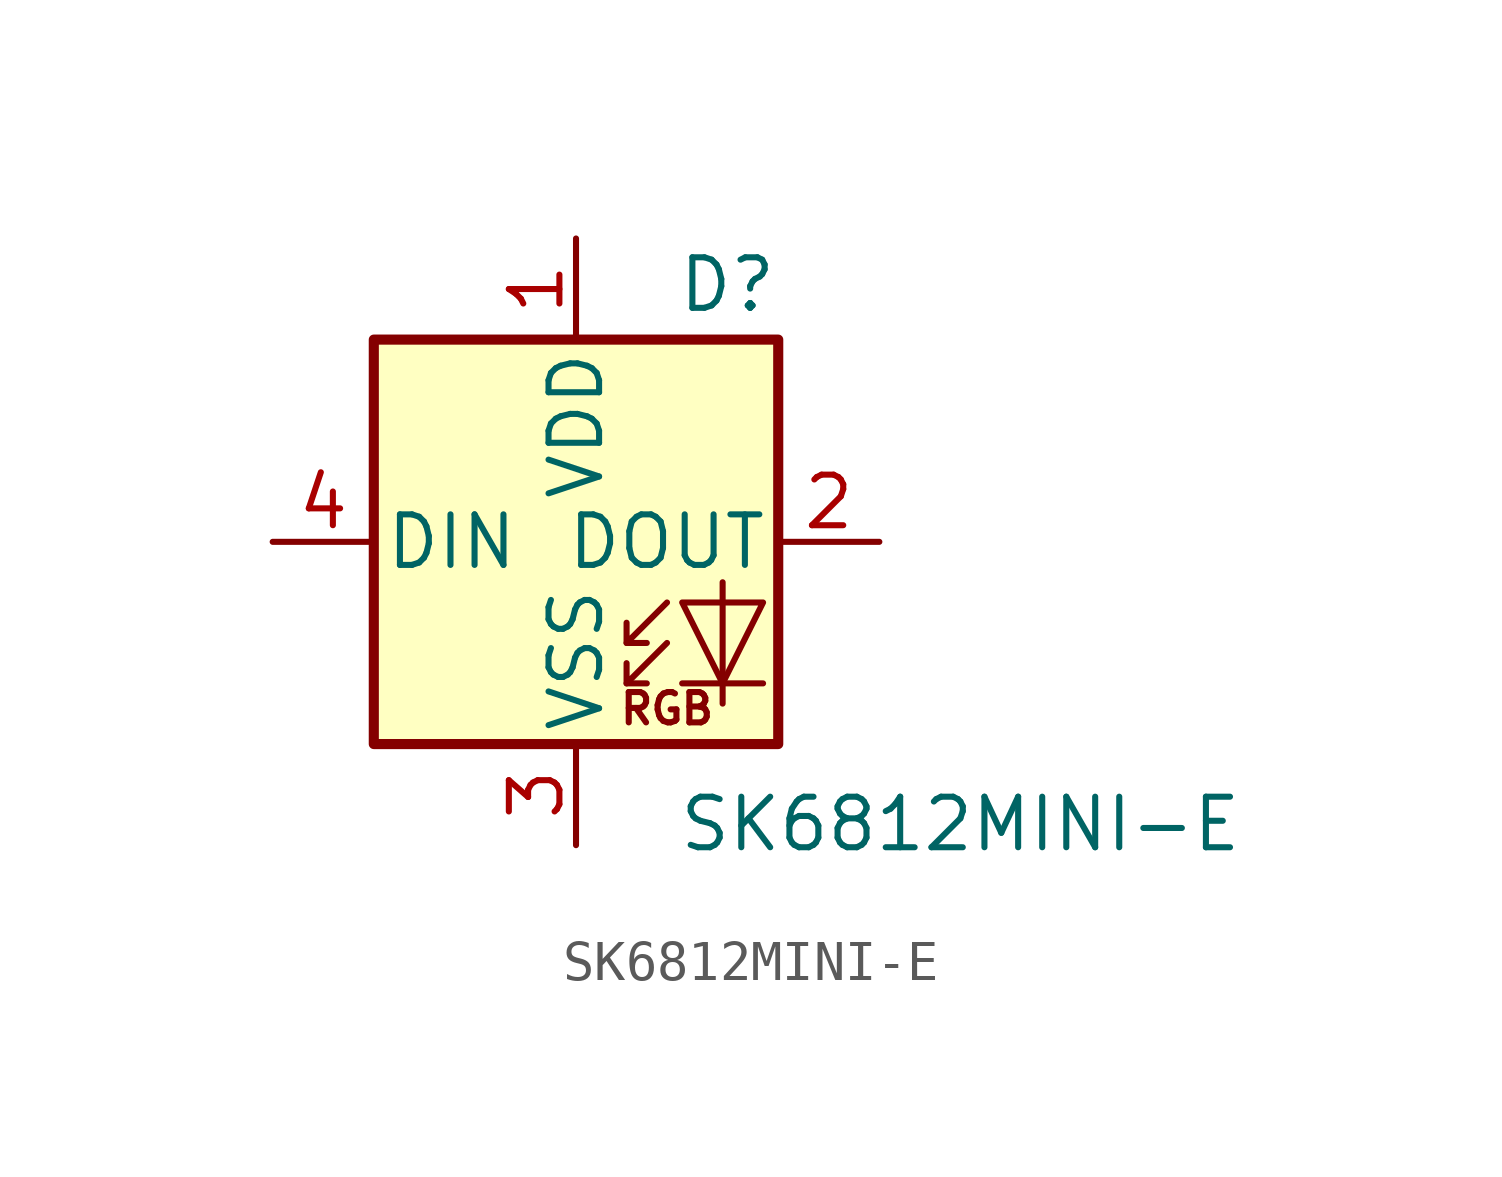
<source format=kicad_sym>
(kicad_symbol_lib
  (version 20211014)
  (generator kicad_symbol_editor)
  (symbol "SK6812MINI-E"
    (pin_names
      (offset 0.254))
    (property "Reference" "D"
      (at 5.08 5.715 0)
      (effects (font (size 1.27 1.27)) (justify right bottom)))
    (property "Value" "SK6812MINI-E"
      (at 2.54 -6.35 0)
      (effects (font (size 1.27 1.27)) (justify left top)))
    (symbol "SK6812MINI-E_0_0"
      (text "RGB" (at 2.286 -4.191 0) (effects (font (size 0.762 0.762)))))
    (symbol "SK6812MINI-E_0_1"
      (polyline (pts (xy 1.27 -3.556) (xy 1.778 -3.556)) (stroke (width 0) (type default) (color 0 0 0 0)) (fill (type none)))
      (polyline (pts (xy 1.27 -2.54) (xy 1.778 -2.54)) (stroke (width 0) (type default) (color 0 0 0 0)) (fill (type none)))
      (polyline (pts (xy 4.699 -3.556) (xy 2.667 -3.556)) (stroke (width 0) (type default) (color 0 0 0 0)) (fill (type none)))
      (polyline (pts (xy 2.286 -2.54) (xy 1.27 -3.556) (xy 1.27 -3.048)) (stroke (width 0) (type default) (color 0 0 0 0)) (fill (type none)))
      (polyline (pts (xy 2.286 -1.524) (xy 1.27 -2.54) (xy 1.27 -2.032)) (stroke (width 0) (type default) (color 0 0 0 0)) (fill (type none)))
      (polyline (pts (xy 3.683 -1.016) (xy 3.683 -3.556) (xy 3.683 -4.064)) (stroke (width 0) (type default) (color 0 0 0 0)) (fill (type none)))
      (polyline (pts (xy 4.699 -1.524) (xy 2.667 -1.524) (xy 3.683 -3.556) (xy 4.699 -1.524)) (stroke (width 0) (type default) (color 0 0 0 0)) (fill (type none)))
      (rectangle (start 5.08 5.08) (end -5.08 -5.08) (stroke (width 0.254) (type default) (color 0 0 0 0)) (fill (type background))))
    (symbol "SK6812MINI-E_1_1"
      (pin power_in line (at 0 7.62 270) (length 2.54) (name "VDD" (effects (font (size 1.27 1.27)))) (number "1" (effects (font (size 1.27 1.27)))))
      (pin output line (at 7.62 0 180) (length 2.54) (name "DOUT" (effects (font (size 1.27 1.27)))) (number "2" (effects (font (size 1.27 1.27)))))
      (pin power_in line (at 0 -7.62 90) (length 2.54) (name "VSS" (effects (font (size 1.27 1.27)))) (number "3" (effects (font (size 1.27 1.27)))))
      (pin input line (at -7.62 0 0) (length 2.54) (name "DIN" (effects (font (size 1.27 1.27)))) (number "4" (effects (font (size 1.27 1.27))))))))
</source>
